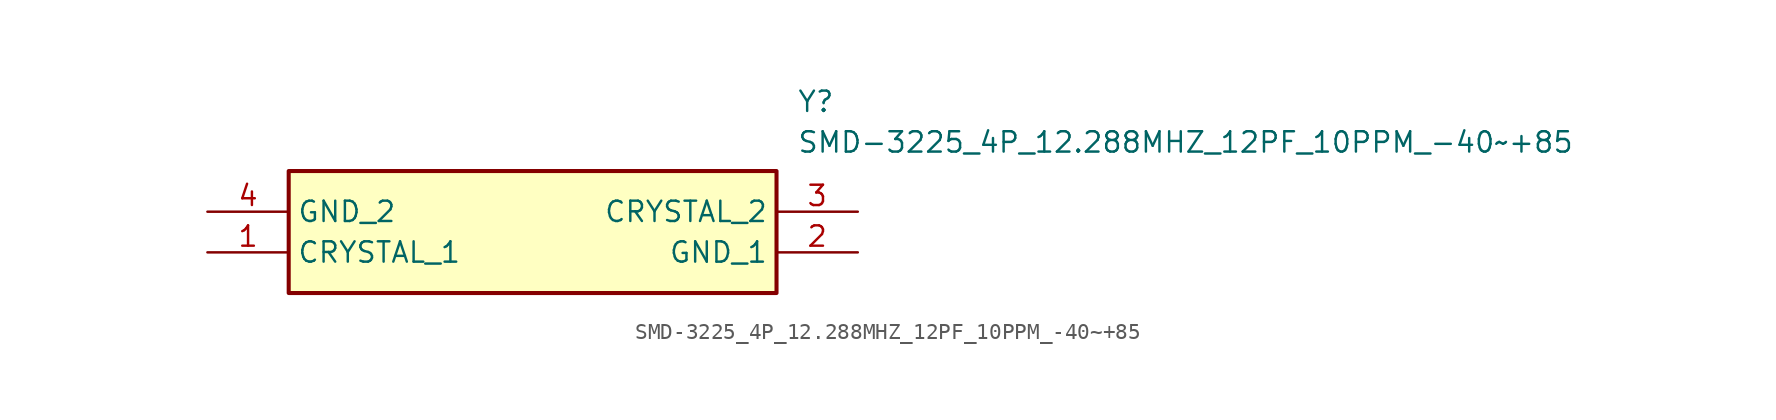
<source format=kicad_sym>
(kicad_symbol_lib
  (version 20211014)
  (generator SamacSys_ECAD_Model)
  (symbol "SMD-3225_4P_12.288MHZ_12PF_10PPM_-40~+85"
    (property "Reference" "Y"
      (at 36.83 7.62 0)
      (effects (font (size 1.27 1.27)) (justify left top)))
    (property "Value" "SMD-3225_4P_12.288MHZ_12PF_10PPM_-40~+85"
      (at 36.83 5.08 0)
      (effects (font (size 1.27 1.27)) (justify left top)))
    (rectangle
      (start 5.08 2.54)
      (end 35.56 -5.08)
      (stroke (width 0.254) (type default))
      (fill (type background)))
    (pin passive line
      (at 0 -2.54 0)
      (length 5.08)
      (name "CRYSTAL_1" (effects (font (size 1.27 1.27))))
      (number "1" (effects (font (size 1.27 1.27)))))
    (pin passive line
      (at 40.64 -2.54 180)
      (length 5.08)
      (name "GND_1" (effects (font (size 1.27 1.27))))
      (number "2" (effects (font (size 1.27 1.27)))))
    (pin passive line
      (at 40.64 0 180)
      (length 5.08)
      (name "CRYSTAL_2" (effects (font (size 1.27 1.27))))
      (number "3" (effects (font (size 1.27 1.27)))))
    (pin passive line
      (at 0 0 0)
      (length 5.08)
      (name "GND_2" (effects (font (size 1.27 1.27))))
      (number "4" (effects (font (size 1.27 1.27)))))))
</source>
